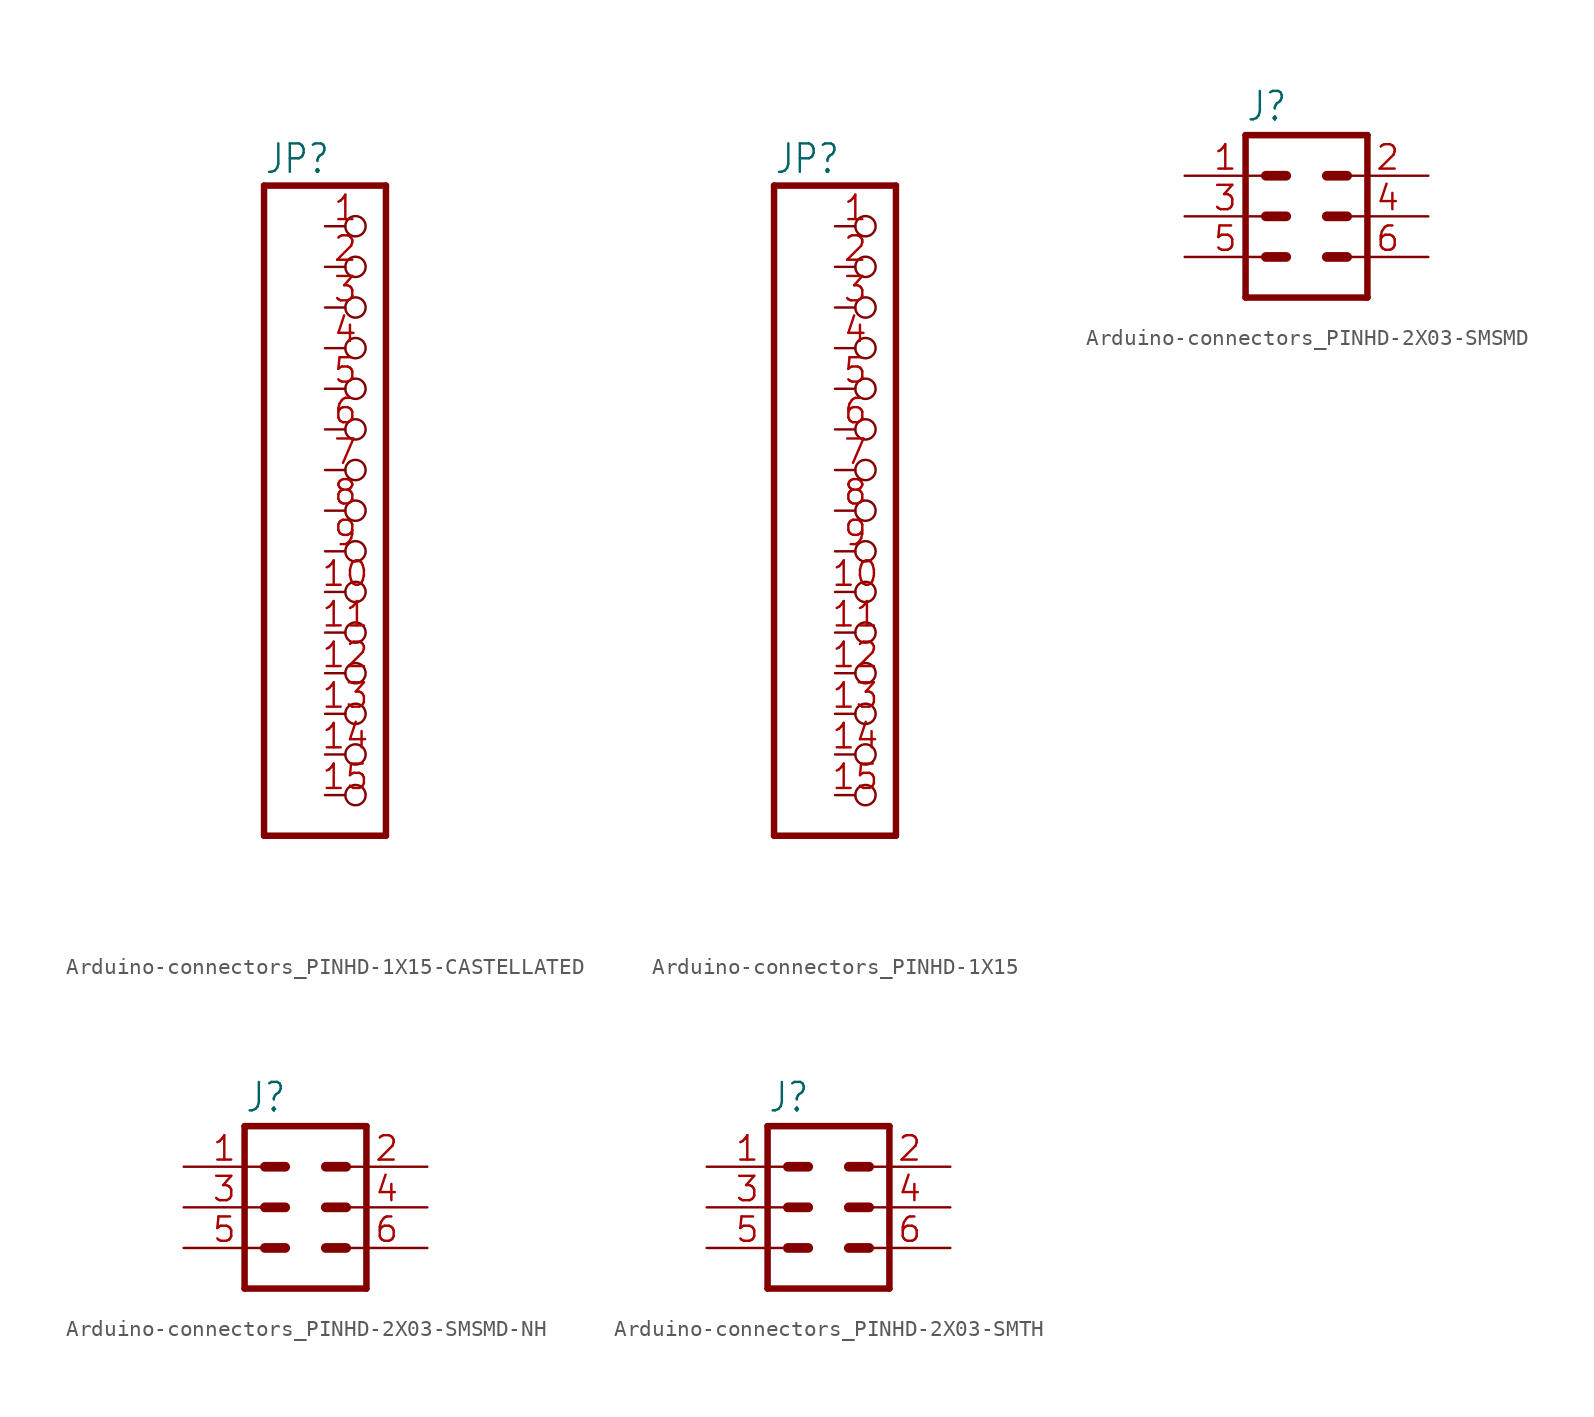
<source format=kicad_sym>
(kicad_symbol_lib
  (version 20241209)
  (generator "kicad_symbol_editor")
  (generator_version "9.0")
  (symbol "Arduino-connectors_PINHD-1X15-CASTELLATED"
    (property "Reference" "JP"
      (at -6.35 20.955 0)
      (effects (font (size 1.778 1.511)) (justify left bottom)))
    (property "Value" ""
      (at -6.35 -22.86 0)
      (effects (font (size 1.778 1.511)) (justify left bottom)))
    (property "ki_locked" ""
      (at 0 0 0)
      (effects (font (size 1.27 1.27))))
    (symbol "Arduino-connectors_PINHD-1X15-CASTELLATED_1_0"
      (polyline (pts (xy -6.35 20.32) (xy -6.35 -20.32)) (stroke (width 0.406) (type solid)) (fill (type none)))
      (polyline (pts (xy -6.35 -20.32) (xy 1.27 -20.32)) (stroke (width 0.406) (type solid)) (fill (type none)))
      (polyline (pts (xy 1.27 20.32) (xy -6.35 20.32)) (stroke (width 0.406) (type solid)) (fill (type none)))
      (polyline (pts (xy 1.27 -20.32) (xy 1.27 20.32)) (stroke (width 0.406) (type solid)) (fill (type none)))
      (pin passive inverted (at -2.54 17.78 0) (length 2.54) (name "1" (effects (font (size 0 0)))) (number "1" (effects (font (size 1.524 1.524)))))
      (pin passive inverted (at -2.54 15.24 0) (length 2.54) (name "2" (effects (font (size 0 0)))) (number "2" (effects (font (size 1.524 1.524)))))
      (pin passive inverted (at -2.54 12.7 0) (length 2.54) (name "3" (effects (font (size 0 0)))) (number "3" (effects (font (size 1.524 1.524)))))
      (pin passive inverted (at -2.54 10.16 0) (length 2.54) (name "4" (effects (font (size 0 0)))) (number "4" (effects (font (size 1.524 1.524)))))
      (pin passive inverted (at -2.54 7.62 0) (length 2.54) (name "5" (effects (font (size 0 0)))) (number "5" (effects (font (size 1.524 1.524)))))
      (pin passive inverted (at -2.54 5.08 0) (length 2.54) (name "6" (effects (font (size 0 0)))) (number "6" (effects (font (size 1.524 1.524)))))
      (pin passive inverted (at -2.54 2.54 0) (length 2.54) (name "7" (effects (font (size 0 0)))) (number "7" (effects (font (size 1.524 1.524)))))
      (pin passive inverted (at -2.54 0 0) (length 2.54) (name "8" (effects (font (size 0 0)))) (number "8" (effects (font (size 1.524 1.524)))))
      (pin passive inverted (at -2.54 -2.54 0) (length 2.54) (name "9" (effects (font (size 0 0)))) (number "9" (effects (font (size 1.524 1.524)))))
      (pin passive inverted (at -2.54 -5.08 0) (length 2.54) (name "10" (effects (font (size 0 0)))) (number "10" (effects (font (size 1.524 1.524)))))
      (pin passive inverted (at -2.54 -7.62 0) (length 2.54) (name "11" (effects (font (size 0 0)))) (number "11" (effects (font (size 1.524 1.524)))))
      (pin passive inverted (at -2.54 -10.16 0) (length 2.54) (name "12" (effects (font (size 0 0)))) (number "12" (effects (font (size 1.524 1.524)))))
      (pin passive inverted (at -2.54 -12.7 0) (length 2.54) (name "13" (effects (font (size 0 0)))) (number "13" (effects (font (size 1.524 1.524)))))
      (pin passive inverted (at -2.54 -15.24 0) (length 2.54) (name "14" (effects (font (size 0 0)))) (number "14" (effects (font (size 1.524 1.524)))))
      (pin passive inverted (at -2.54 -17.78 0) (length 2.54) (name "15" (effects (font (size 0 0)))) (number "15" (effects (font (size 1.524 1.524)))))))
  (symbol "Arduino-connectors_PINHD-1X15"
    (property "Reference" "JP"
      (at -6.35 20.955 0)
      (effects (font (size 1.778 1.511)) (justify left bottom)))
    (property "Value" ""
      (at -6.35 -22.86 0)
      (effects (font (size 1.778 1.511)) (justify left bottom)))
    (property "ki_locked" ""
      (at 0 0 0)
      (effects (font (size 1.27 1.27))))
    (symbol "Arduino-connectors_PINHD-1X15_1_0"
      (polyline (pts (xy -6.35 20.32) (xy -6.35 -20.32)) (stroke (width 0.406) (type solid)) (fill (type none)))
      (polyline (pts (xy -6.35 -20.32) (xy 1.27 -20.32)) (stroke (width 0.406) (type solid)) (fill (type none)))
      (polyline (pts (xy 1.27 20.32) (xy -6.35 20.32)) (stroke (width 0.406) (type solid)) (fill (type none)))
      (polyline (pts (xy 1.27 -20.32) (xy 1.27 20.32)) (stroke (width 0.406) (type solid)) (fill (type none)))
      (pin passive inverted (at -2.54 17.78 0) (length 2.54) (name "1" (effects (font (size 0 0)))) (number "1" (effects (font (size 1.524 1.524)))))
      (pin passive inverted (at -2.54 15.24 0) (length 2.54) (name "2" (effects (font (size 0 0)))) (number "2" (effects (font (size 1.524 1.524)))))
      (pin passive inverted (at -2.54 12.7 0) (length 2.54) (name "3" (effects (font (size 0 0)))) (number "3" (effects (font (size 1.524 1.524)))))
      (pin passive inverted (at -2.54 10.16 0) (length 2.54) (name "4" (effects (font (size 0 0)))) (number "4" (effects (font (size 1.524 1.524)))))
      (pin passive inverted (at -2.54 7.62 0) (length 2.54) (name "5" (effects (font (size 0 0)))) (number "5" (effects (font (size 1.524 1.524)))))
      (pin passive inverted (at -2.54 5.08 0) (length 2.54) (name "6" (effects (font (size 0 0)))) (number "6" (effects (font (size 1.524 1.524)))))
      (pin passive inverted (at -2.54 2.54 0) (length 2.54) (name "7" (effects (font (size 0 0)))) (number "7" (effects (font (size 1.524 1.524)))))
      (pin passive inverted (at -2.54 0 0) (length 2.54) (name "8" (effects (font (size 0 0)))) (number "8" (effects (font (size 1.524 1.524)))))
      (pin passive inverted (at -2.54 -2.54 0) (length 2.54) (name "9" (effects (font (size 0 0)))) (number "9" (effects (font (size 1.524 1.524)))))
      (pin passive inverted (at -2.54 -5.08 0) (length 2.54) (name "10" (effects (font (size 0 0)))) (number "10" (effects (font (size 1.524 1.524)))))
      (pin passive inverted (at -2.54 -7.62 0) (length 2.54) (name "11" (effects (font (size 0 0)))) (number "11" (effects (font (size 1.524 1.524)))))
      (pin passive inverted (at -2.54 -10.16 0) (length 2.54) (name "12" (effects (font (size 0 0)))) (number "12" (effects (font (size 1.524 1.524)))))
      (pin passive inverted (at -2.54 -12.7 0) (length 2.54) (name "13" (effects (font (size 0 0)))) (number "13" (effects (font (size 1.524 1.524)))))
      (pin passive inverted (at -2.54 -15.24 0) (length 2.54) (name "14" (effects (font (size 0 0)))) (number "14" (effects (font (size 1.524 1.524)))))
      (pin passive inverted (at -2.54 -17.78 0) (length 2.54) (name "15" (effects (font (size 0 0)))) (number "15" (effects (font (size 1.524 1.524)))))))
  (symbol "Arduino-connectors_PINHD-2X03-SMSMD"
    (property "Reference" "J"
      (at -3.81 5.842 0)
      (effects (font (size 1.778 1.511)) (justify left bottom)))
    (property "ki_locked" ""
      (at 0 0 0)
      (effects (font (size 1.27 1.27))))
    (symbol "Arduino-connectors_PINHD-2X03-SMSMD_1_0"
      (polyline (pts (xy -3.81 5.08) (xy -3.81 -5.08)) (stroke (width 0.406) (type solid)) (fill (type none)))
      (polyline (pts (xy -3.81 5.08) (xy 3.81 5.08)) (stroke (width 0.406) (type solid)) (fill (type none)))
      (polyline (pts (xy -2.54 2.54) (xy -1.27 2.54)) (stroke (width 0.61) (type solid)) (fill (type none)))
      (polyline (pts (xy -2.54 0) (xy -1.27 0)) (stroke (width 0.61) (type solid)) (fill (type none)))
      (polyline (pts (xy -2.54 -2.54) (xy -1.27 -2.54)) (stroke (width 0.61) (type solid)) (fill (type none)))
      (polyline (pts (xy 1.27 2.54) (xy 2.54 2.54)) (stroke (width 0.61) (type solid)) (fill (type none)))
      (polyline (pts (xy 1.27 0) (xy 2.54 0)) (stroke (width 0.61) (type solid)) (fill (type none)))
      (polyline (pts (xy 1.27 -2.54) (xy 2.54 -2.54)) (stroke (width 0.61) (type solid)) (fill (type none)))
      (polyline (pts (xy 3.81 -5.08) (xy -3.81 -5.08)) (stroke (width 0.406) (type solid)) (fill (type none)))
      (polyline (pts (xy 3.81 -5.08) (xy 3.81 5.08)) (stroke (width 0.406) (type solid)) (fill (type none)))
      (pin passive line (at -7.62 2.54 0) (length 5.08) (name "1" (effects (font (size 0 0)))) (number "1" (effects (font (size 1.524 1.524)))))
      (pin passive line (at -7.62 0 0) (length 5.08) (name "3" (effects (font (size 0 0)))) (number "3" (effects (font (size 1.524 1.524)))))
      (pin passive line (at -7.62 -2.54 0) (length 5.08) (name "5" (effects (font (size 0 0)))) (number "5" (effects (font (size 1.524 1.524)))))
      (pin passive line (at 7.62 2.54 180) (length 5.08) (name "2" (effects (font (size 0 0)))) (number "2" (effects (font (size 1.524 1.524)))))
      (pin passive line (at 7.62 0 180) (length 5.08) (name "4" (effects (font (size 0 0)))) (number "4" (effects (font (size 1.524 1.524)))))
      (pin passive line (at 7.62 -2.54 180) (length 5.08) (name "6" (effects (font (size 0 0)))) (number "6" (effects (font (size 1.524 1.524)))))))
  (symbol "Arduino-connectors_PINHD-2X03-SMSMD-NH"
    (property "Reference" "J"
      (at -3.81 5.842 0)
      (effects (font (size 1.778 1.511)) (justify left bottom)))
    (property "ki_locked" ""
      (at 0 0 0)
      (effects (font (size 1.27 1.27))))
    (symbol "Arduino-connectors_PINHD-2X03-SMSMD-NH_1_0"
      (polyline (pts (xy -3.81 5.08) (xy -3.81 -5.08)) (stroke (width 0.406) (type solid)) (fill (type none)))
      (polyline (pts (xy -3.81 5.08) (xy 3.81 5.08)) (stroke (width 0.406) (type solid)) (fill (type none)))
      (polyline (pts (xy -2.54 2.54) (xy -1.27 2.54)) (stroke (width 0.61) (type solid)) (fill (type none)))
      (polyline (pts (xy -2.54 0) (xy -1.27 0)) (stroke (width 0.61) (type solid)) (fill (type none)))
      (polyline (pts (xy -2.54 -2.54) (xy -1.27 -2.54)) (stroke (width 0.61) (type solid)) (fill (type none)))
      (polyline (pts (xy 1.27 2.54) (xy 2.54 2.54)) (stroke (width 0.61) (type solid)) (fill (type none)))
      (polyline (pts (xy 1.27 0) (xy 2.54 0)) (stroke (width 0.61) (type solid)) (fill (type none)))
      (polyline (pts (xy 1.27 -2.54) (xy 2.54 -2.54)) (stroke (width 0.61) (type solid)) (fill (type none)))
      (polyline (pts (xy 3.81 -5.08) (xy -3.81 -5.08)) (stroke (width 0.406) (type solid)) (fill (type none)))
      (polyline (pts (xy 3.81 -5.08) (xy 3.81 5.08)) (stroke (width 0.406) (type solid)) (fill (type none)))
      (pin passive line (at -7.62 2.54 0) (length 5.08) (name "1" (effects (font (size 0 0)))) (number "1" (effects (font (size 1.524 1.524)))))
      (pin passive line (at -7.62 0 0) (length 5.08) (name "3" (effects (font (size 0 0)))) (number "3" (effects (font (size 1.524 1.524)))))
      (pin passive line (at -7.62 -2.54 0) (length 5.08) (name "5" (effects (font (size 0 0)))) (number "5" (effects (font (size 1.524 1.524)))))
      (pin passive line (at 7.62 2.54 180) (length 5.08) (name "2" (effects (font (size 0 0)))) (number "2" (effects (font (size 1.524 1.524)))))
      (pin passive line (at 7.62 0 180) (length 5.08) (name "4" (effects (font (size 0 0)))) (number "4" (effects (font (size 1.524 1.524)))))
      (pin passive line (at 7.62 -2.54 180) (length 5.08) (name "6" (effects (font (size 0 0)))) (number "6" (effects (font (size 1.524 1.524)))))))
  (symbol "Arduino-connectors_PINHD-2X03-SMTH"
    (property "Reference" "J"
      (at -3.81 5.842 0)
      (effects (font (size 1.778 1.511)) (justify left bottom)))
    (property "ki_locked" ""
      (at 0 0 0)
      (effects (font (size 1.27 1.27))))
    (symbol "Arduino-connectors_PINHD-2X03-SMTH_1_0"
      (polyline (pts (xy -3.81 5.08) (xy -3.81 -5.08)) (stroke (width 0.406) (type solid)) (fill (type none)))
      (polyline (pts (xy -3.81 5.08) (xy 3.81 5.08)) (stroke (width 0.406) (type solid)) (fill (type none)))
      (polyline (pts (xy -2.54 2.54) (xy -1.27 2.54)) (stroke (width 0.61) (type solid)) (fill (type none)))
      (polyline (pts (xy -2.54 0) (xy -1.27 0)) (stroke (width 0.61) (type solid)) (fill (type none)))
      (polyline (pts (xy -2.54 -2.54) (xy -1.27 -2.54)) (stroke (width 0.61) (type solid)) (fill (type none)))
      (polyline (pts (xy 1.27 2.54) (xy 2.54 2.54)) (stroke (width 0.61) (type solid)) (fill (type none)))
      (polyline (pts (xy 1.27 0) (xy 2.54 0)) (stroke (width 0.61) (type solid)) (fill (type none)))
      (polyline (pts (xy 1.27 -2.54) (xy 2.54 -2.54)) (stroke (width 0.61) (type solid)) (fill (type none)))
      (polyline (pts (xy 3.81 -5.08) (xy -3.81 -5.08)) (stroke (width 0.406) (type solid)) (fill (type none)))
      (polyline (pts (xy 3.81 -5.08) (xy 3.81 5.08)) (stroke (width 0.406) (type solid)) (fill (type none)))
      (pin passive line (at -7.62 2.54 0) (length 5.08) (name "1" (effects (font (size 0 0)))) (number "1" (effects (font (size 1.524 1.524)))))
      (pin passive line (at -7.62 0 0) (length 5.08) (name "3" (effects (font (size 0 0)))) (number "3" (effects (font (size 1.524 1.524)))))
      (pin passive line (at -7.62 -2.54 0) (length 5.08) (name "5" (effects (font (size 0 0)))) (number "5" (effects (font (size 1.524 1.524)))))
      (pin passive line (at 7.62 2.54 180) (length 5.08) (name "2" (effects (font (size 0 0)))) (number "2" (effects (font (size 1.524 1.524)))))
      (pin passive line (at 7.62 0 180) (length 5.08) (name "4" (effects (font (size 0 0)))) (number "4" (effects (font (size 1.524 1.524)))))
      (pin passive line (at 7.62 -2.54 180) (length 5.08) (name "6" (effects (font (size 0 0)))) (number "6" (effects (font (size 1.524 1.524))))))))
</source>
